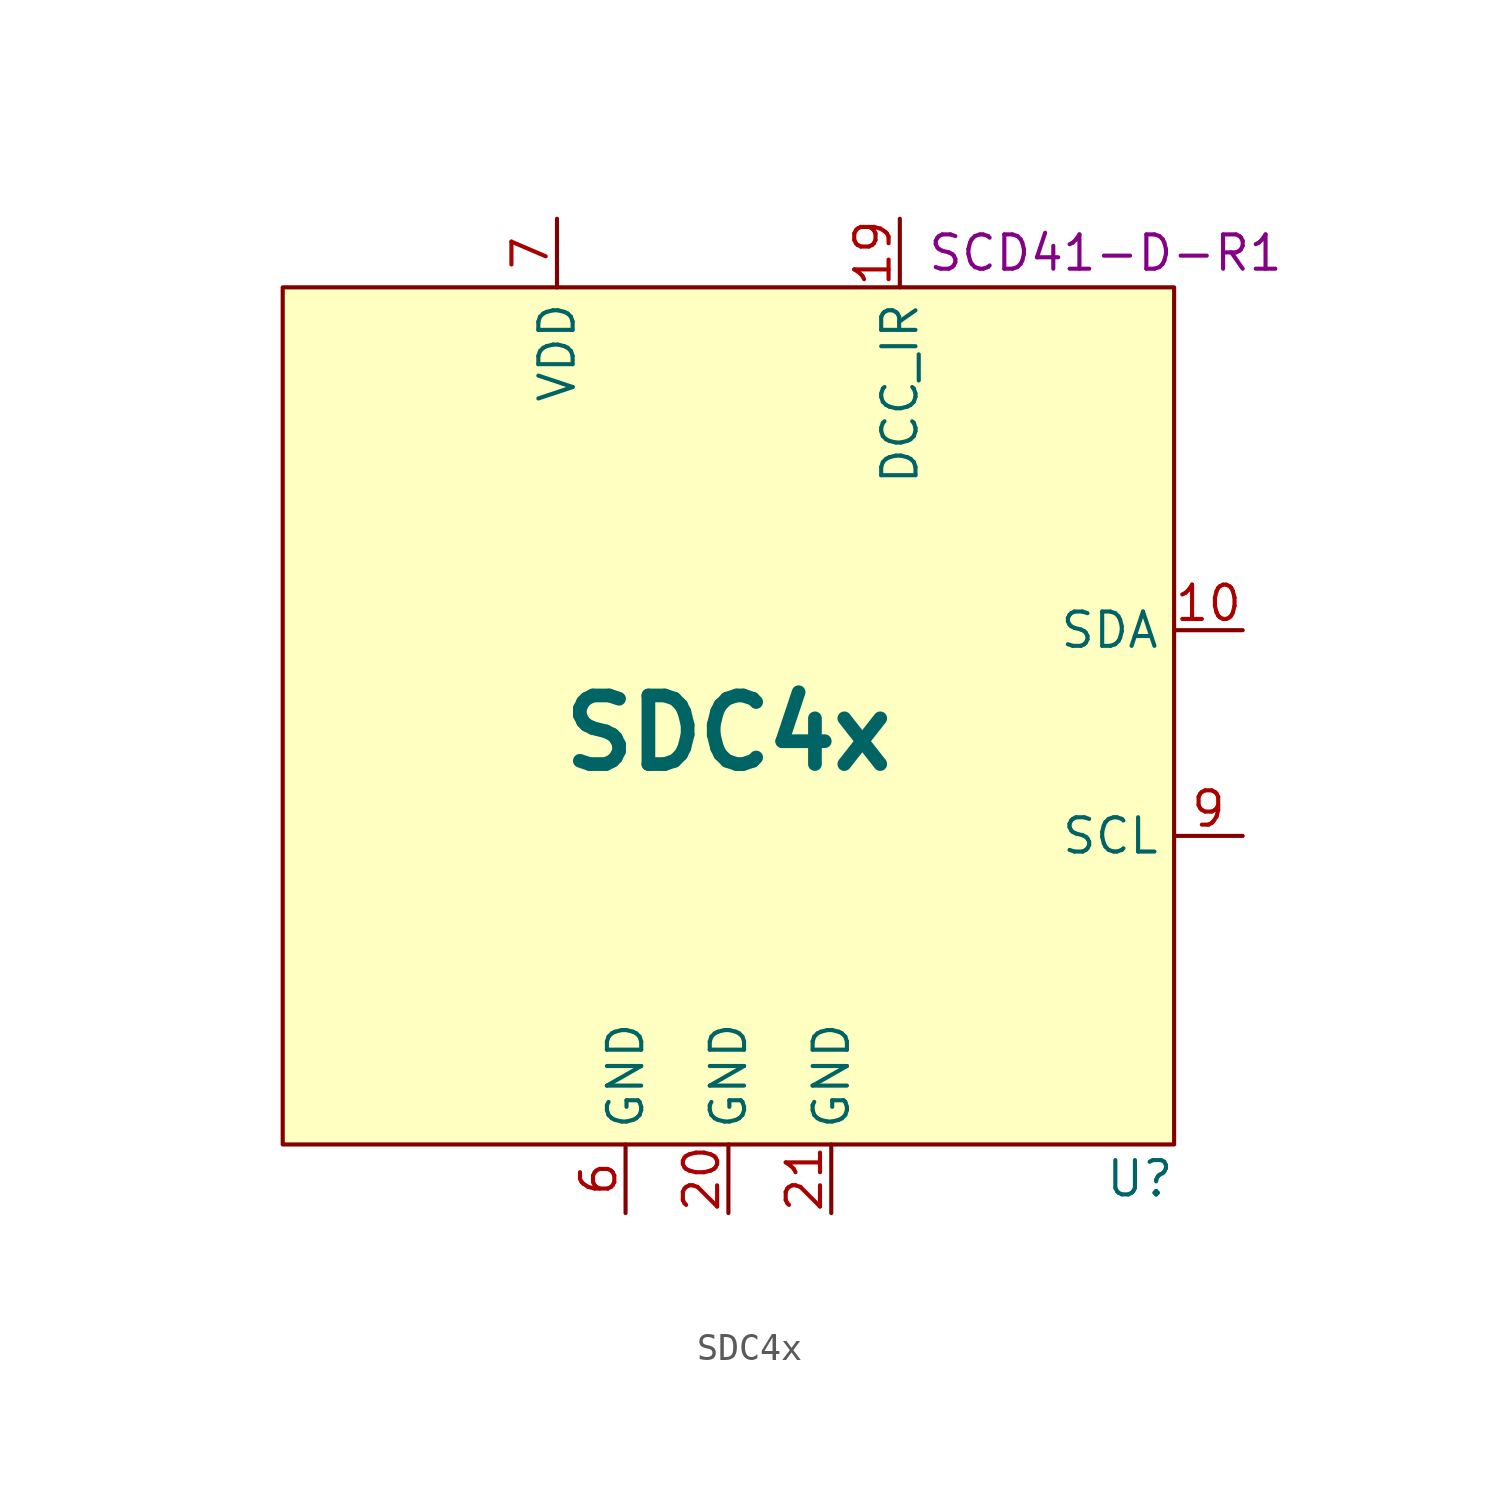
<source format=kicad_sym>
(kicad_symbol_lib
  (version 20220914)
  (generator kicad_symbol_editor)
  (symbol "SDC4x"
    (property "Reference" "U"
      (at 15.24 -16.51 0)
      (effects (font (size 1.27 1.27))))
    (property "Value" "SDC4x"
      (at 0 0 0)
      (effects (font (size 2.54 2.54) bold)))
    (property "MPN" "SCD41-D-R1"
      (at 13.97 17.78 0)
      (effects (font (size 1.27 1.27))))
    (symbol "SDC4x_1_1"
      (rectangle (start -16.51 16.51) (end 16.51 -15.24) (stroke (width 0) (type default)) (fill (type background)))
      (pin no_connect line (at -19.05 15.24 0) (length 2.54) hide (name "DNC" (effects (font (size 1.27 1.27)))) (number "1" (effects (font (size 1.27 1.27)))))
      (pin bidirectional line (at 19.05 3.81 180) (length 2.54) (name "SDA" (effects (font (size 1.27 1.27)))) (number "10" (effects (font (size 1.27 1.27)))))
      (pin no_connect line (at -19.05 0 0) (length 2.54) hide (name "DNC" (effects (font (size 1.27 1.27)))) (number "11" (effects (font (size 1.27 1.27)))))
      (pin no_connect line (at -19.05 -2.54 0) (length 2.54) hide (name "DNC" (effects (font (size 1.27 1.27)))) (number "12" (effects (font (size 1.27 1.27)))))
      (pin no_connect line (at -19.05 -5.08 0) (length 2.54) hide (name "DNC" (effects (font (size 1.27 1.27)))) (number "13" (effects (font (size 1.27 1.27)))))
      (pin no_connect line (at -19.05 -7.62 0) (length 2.54) hide (name "DNC" (effects (font (size 1.27 1.27)))) (number "14" (effects (font (size 1.27 1.27)))))
      (pin no_connect line (at -19.05 -10.16 0) (length 2.54) hide (name "DNC" (effects (font (size 1.27 1.27)))) (number "15" (effects (font (size 1.27 1.27)))))
      (pin no_connect line (at -19.05 -12.7 0) (length 2.54) hide (name "DNC" (effects (font (size 1.27 1.27)))) (number "16" (effects (font (size 1.27 1.27)))))
      (pin no_connect line (at -10.16 -17.78 90) (length 2.54) hide (name "DNC" (effects (font (size 1.27 1.27)))) (number "17" (effects (font (size 1.27 1.27)))))
      (pin no_connect line (at 8.89 -17.78 90) (length 2.54) hide (name "DNC" (effects (font (size 1.27 1.27)))) (number "18" (effects (font (size 1.27 1.27)))))
      (pin power_in line (at 6.35 19.05 270) (length 2.54) (name "DCC_IR" (effects (font (size 1.27 1.27)))) (number "19" (effects (font (size 1.27 1.27)))))
      (pin no_connect line (at -19.05 12.7 0) (length 2.54) hide (name "DNC" (effects (font (size 1.27 1.27)))) (number "2" (effects (font (size 1.27 1.27)))))
      (pin power_in line (at 0 -17.78 90) (length 2.54) (name "GND" (effects (font (size 1.27 1.27)))) (number "20" (effects (font (size 1.27 1.27)))))
      (pin power_in line (at 3.81 -17.78 90) (length 2.54) (name "GND" (effects (font (size 1.27 1.27)))) (number "21" (effects (font (size 1.27 1.27)))))
      (pin no_connect line (at -19.05 10.16 0) (length 2.54) hide (name "DNC" (effects (font (size 1.27 1.27)))) (number "3" (effects (font (size 1.27 1.27)))))
      (pin no_connect line (at -19.05 7.62 0) (length 2.54) hide (name "DNC" (effects (font (size 1.27 1.27)))) (number "4" (effects (font (size 1.27 1.27)))))
      (pin no_connect line (at -19.05 5.08 0) (length 2.54) hide (name "DNC" (effects (font (size 1.27 1.27)))) (number "5" (effects (font (size 1.27 1.27)))))
      (pin power_in line (at -3.81 -17.78 90) (length 2.54) (name "GND" (effects (font (size 1.27 1.27)))) (number "6" (effects (font (size 1.27 1.27)))))
      (pin power_in line (at -6.35 19.05 270) (length 2.54) (name "VDD" (effects (font (size 1.27 1.27)))) (number "7" (effects (font (size 1.27 1.27)))))
      (pin no_connect line (at -19.05 2.54 0) (length 2.54) hide (name "DNC" (effects (font (size 1.27 1.27)))) (number "8" (effects (font (size 1.27 1.27)))))
      (pin input line (at 19.05 -3.81 180) (length 2.54) (name "SCL" (effects (font (size 1.27 1.27)))) (number "9" (effects (font (size 1.27 1.27))))))))
</source>
